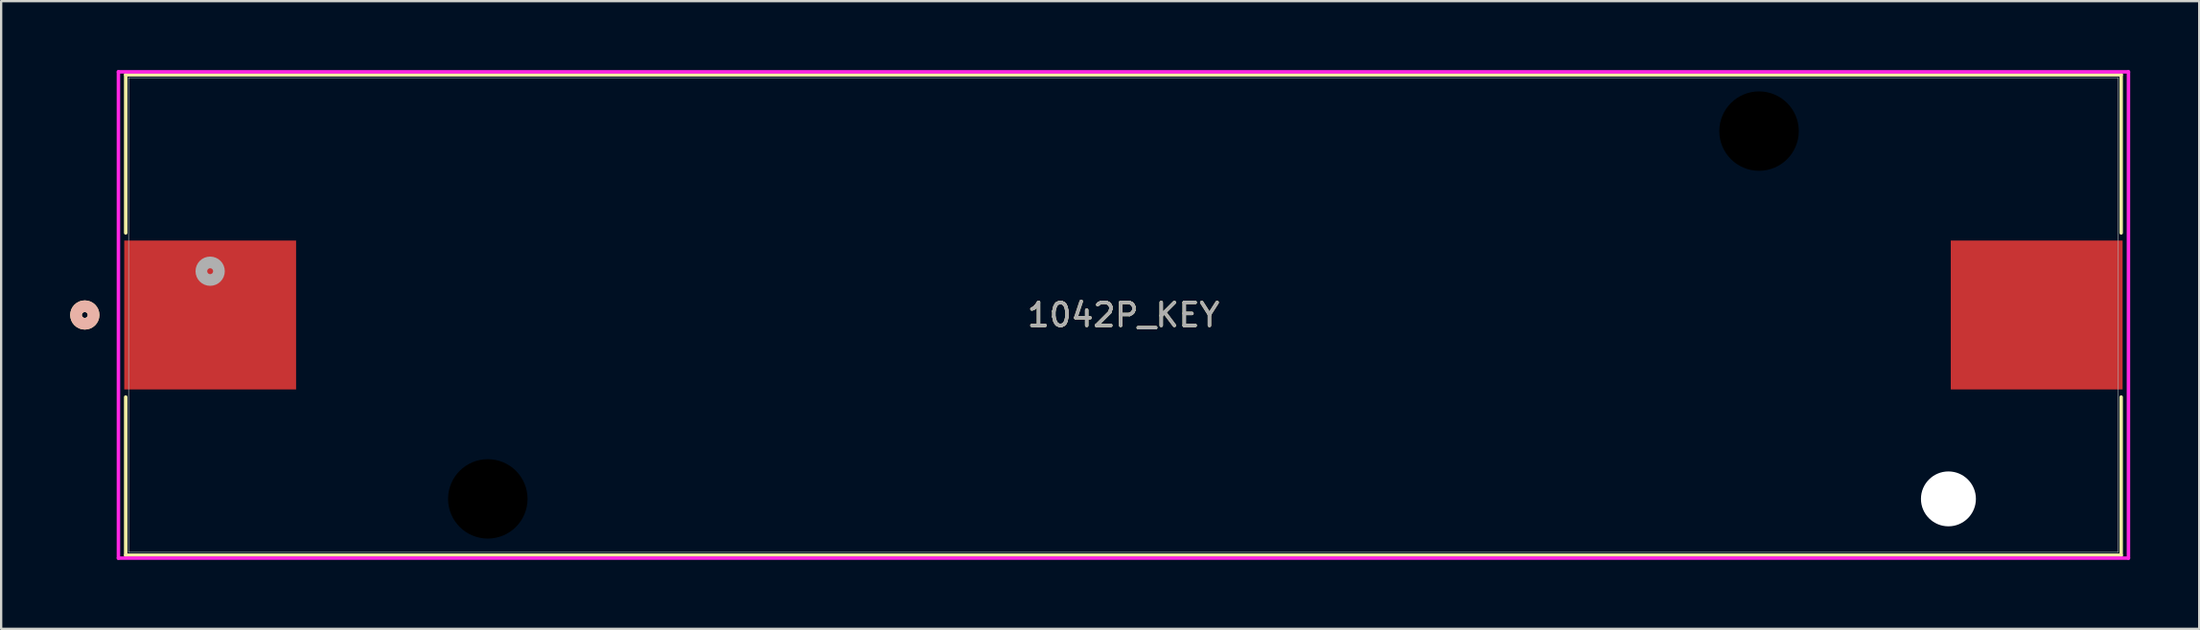
<source format=kicad_pcb>
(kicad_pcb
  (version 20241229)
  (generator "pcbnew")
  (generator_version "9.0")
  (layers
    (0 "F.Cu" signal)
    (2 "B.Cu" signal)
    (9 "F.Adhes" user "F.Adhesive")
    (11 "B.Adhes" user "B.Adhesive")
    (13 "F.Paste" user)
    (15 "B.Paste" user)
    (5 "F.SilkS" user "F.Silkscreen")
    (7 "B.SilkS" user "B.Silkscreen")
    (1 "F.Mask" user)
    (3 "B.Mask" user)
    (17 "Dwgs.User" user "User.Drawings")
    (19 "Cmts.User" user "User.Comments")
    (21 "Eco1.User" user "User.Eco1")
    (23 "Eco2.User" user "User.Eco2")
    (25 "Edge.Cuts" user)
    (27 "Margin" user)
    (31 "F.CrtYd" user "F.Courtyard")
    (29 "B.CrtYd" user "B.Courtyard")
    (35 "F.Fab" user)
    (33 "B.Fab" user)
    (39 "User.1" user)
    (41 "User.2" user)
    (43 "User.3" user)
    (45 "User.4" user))
  (footprint "1042P_KEY"
    (layer "F.Cu")
    (at 45.771 10.655)
    (property "Reference" "1042P_KEY" (at 0 0 0) (unlocked yes) (layer "F.SilkS") (effects (font (size 1 1) (thickness 0.15))))
    (attr smd)
    (fp_line (start -43.358 -10.452) (end -43.358 -3.571) (stroke (width 0.152) (type solid)) (layer "F.SilkS"))
    (fp_line (start -43.358 3.571) (end -43.358 10.452) (stroke (width 0.152) (type solid)) (layer "F.SilkS"))
    (fp_line (start -43.358 10.452) (end 43.358 10.452) (stroke (width 0.152) (type solid)) (layer "F.SilkS"))
    (fp_line (start 43.358 -10.452) (end -43.358 -10.452) (stroke (width 0.152) (type solid)) (layer "F.SilkS"))
    (fp_line (start 43.358 -3.571) (end 43.358 -10.452) (stroke (width 0.152) (type solid)) (layer "F.SilkS"))
    (fp_line (start 43.358 10.452) (end 43.358 3.571) (stroke (width 0.152) (type solid)) (layer "F.SilkS"))
    (fp_circle (center -45.136 0) (end -44.755 0) (stroke (width 0.508) (type solid)) (fill no) (layer "F.SilkS"))
    (fp_circle (center -45.136 0) (end -44.755 0) (stroke (width 0.508) (type solid)) (fill no) (layer "B.SilkS"))
    (fp_line (start -43.675 -10.579) (end -43.675 10.579) (stroke (width 0.152) (type solid)) (layer "F.CrtYd"))
    (fp_line (start -43.675 10.579) (end 43.675 10.579) (stroke (width 0.152) (type solid)) (layer "F.CrtYd"))
    (fp_line (start 43.675 -10.579) (end -43.675 -10.579) (stroke (width 0.152) (type solid)) (layer "F.CrtYd"))
    (fp_line (start 43.675 10.579) (end 43.675 -10.579) (stroke (width 0.152) (type solid)) (layer "F.CrtYd"))
    (fp_line (start -43.231 -10.325) (end -43.231 10.325) (stroke (width 0.025) (type solid)) (layer "F.Fab"))
    (fp_line (start -43.231 10.325) (end 43.231 10.325) (stroke (width 0.025) (type solid)) (layer "F.Fab"))
    (fp_line (start 43.231 -10.325) (end -43.231 -10.325) (stroke (width 0.025) (type solid)) (layer "F.Fab"))
    (fp_line (start 43.231 10.325) (end 43.231 -10.325) (stroke (width 0.025) (type solid)) (layer "F.Fab"))
    (fp_circle (center -39.688 -1.905) (end -39.306 -1.905) (stroke (width 0.508) (type solid)) (fill no) (layer "F.Fab"))
    (fp_text user "${REFERENCE}" (at 0 0 0) (unlocked yes) (layer "F.Fab") (effects (font (size 1 1) (thickness 0.15))))
    (pad "" np_thru_hole circle (at -27.622 8.001) (size 3.454 3.454) (drill 3.454) (layers))
    (pad "" np_thru_hole circle (at 27.622 -8.001) (size 3.454 3.454) (drill 3.454) (layers))
    (pad "" np_thru_hole circle (at 35.852 8.001) (size 2.388 2.388) (drill 2.388) (layers "*.Cu" "*.Mask"))
    (pad "1" smd rect (at -39.688 0) (size 7.468 6.477) (layers "F.Cu" "F.Mask" "F.Paste"))
    (pad "2" smd rect (at 39.688 0) (size 7.468 6.477) (layers "F.Cu" "F.Mask" "F.Paste")))
  (gr_rect
    (start -3 -3)
    (end 92.522 24.311)
    (stroke (width 0.1) (type default))
    (fill no)
    (layer "Edge.Cuts")))
</source>
